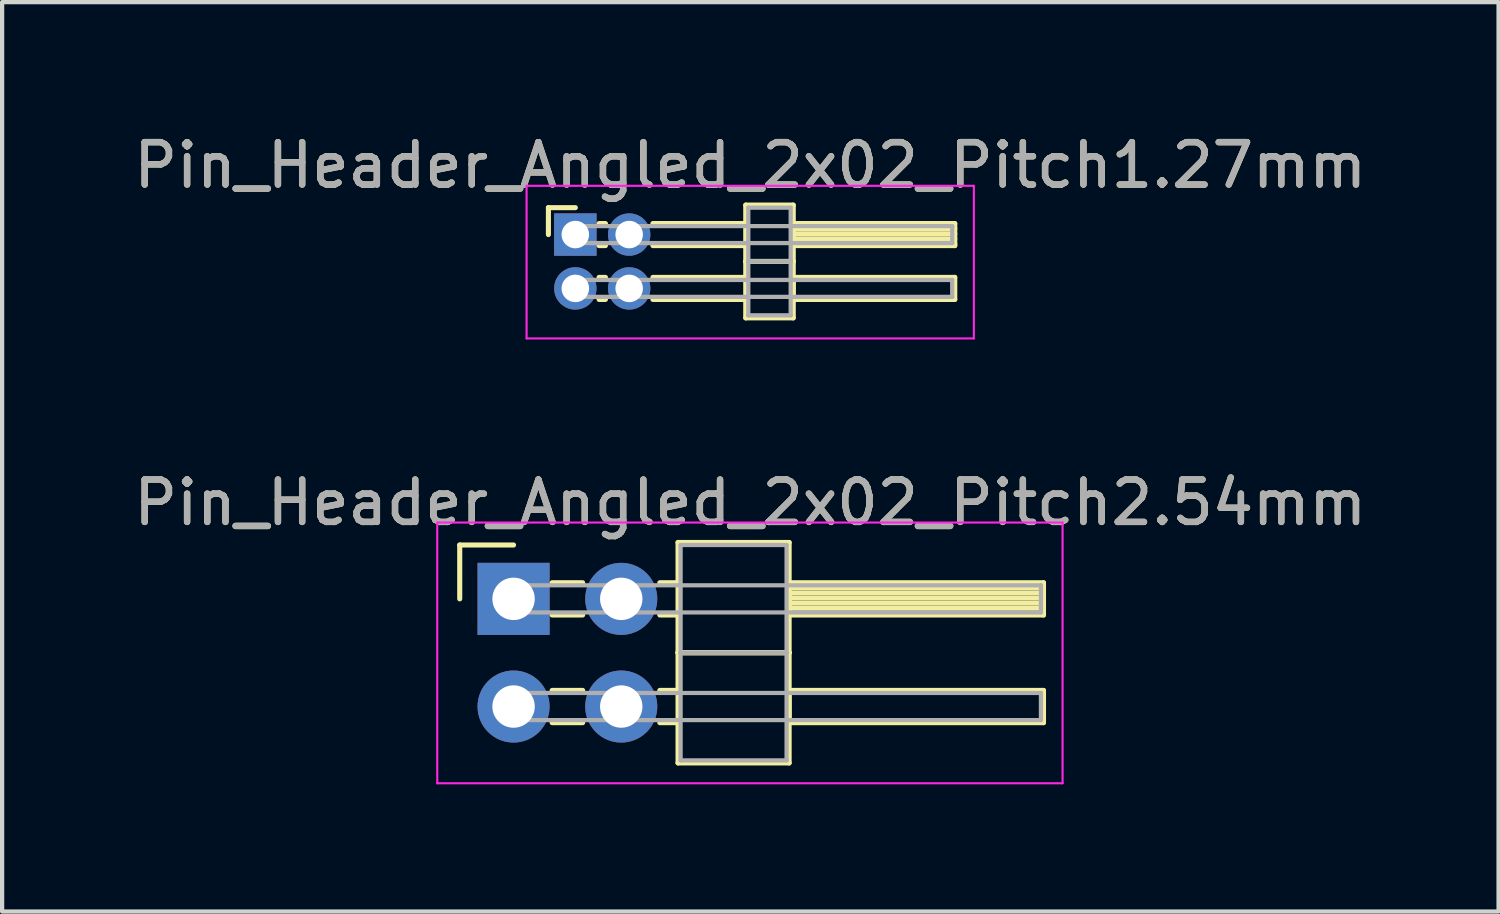
<source format=kicad_pcb>
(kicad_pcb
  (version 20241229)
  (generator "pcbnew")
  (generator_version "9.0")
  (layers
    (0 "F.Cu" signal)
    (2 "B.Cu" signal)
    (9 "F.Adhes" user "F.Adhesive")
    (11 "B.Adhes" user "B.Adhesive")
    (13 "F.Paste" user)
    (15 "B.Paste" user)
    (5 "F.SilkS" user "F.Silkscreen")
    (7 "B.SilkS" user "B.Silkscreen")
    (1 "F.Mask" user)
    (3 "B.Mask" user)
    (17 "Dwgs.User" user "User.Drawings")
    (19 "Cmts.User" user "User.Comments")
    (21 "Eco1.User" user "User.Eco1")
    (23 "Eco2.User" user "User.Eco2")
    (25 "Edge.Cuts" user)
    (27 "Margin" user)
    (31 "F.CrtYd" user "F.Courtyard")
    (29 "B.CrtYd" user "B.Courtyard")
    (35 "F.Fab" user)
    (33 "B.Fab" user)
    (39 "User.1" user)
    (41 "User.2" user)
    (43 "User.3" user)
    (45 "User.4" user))
  (footprint "Pin_Header_Angled_2x02_Pitch2.54mm"
    (layer "F.Cu")
    (at 9.064 11.076)
    (property "Reference" "Pin_Header_Angled_2x02_Pitch2.54mm" (at 5.585 -2.27 0) (layer "F.SilkS") (effects (font (size 1 1) (thickness 0.15))))
    (attr through_hole)
    (fp_line (start -1.27 -1.27) (end 0 -1.27) (stroke (width 0.12) (type solid)) (layer "F.SilkS"))
    (fp_line (start -1.27 0) (end -1.27 -1.27) (stroke (width 0.12) (type solid)) (layer "F.SilkS"))
    (fp_line (start 0.91 -0.38) (end 1.63 -0.38) (stroke (width 0.12) (type solid)) (layer "F.SilkS"))
    (fp_line (start 0.91 0.38) (end 1.63 0.38) (stroke (width 0.12) (type solid)) (layer "F.SilkS"))
    (fp_line (start 0.91 2.16) (end 1.63 2.16) (stroke (width 0.12) (type solid)) (layer "F.SilkS"))
    (fp_line (start 0.91 2.92) (end 1.63 2.92) (stroke (width 0.12) (type solid)) (layer "F.SilkS"))
    (fp_line (start 3.45 -0.38) (end 3.88 -0.38) (stroke (width 0.12) (type solid)) (layer "F.SilkS"))
    (fp_line (start 3.45 0.38) (end 3.88 0.38) (stroke (width 0.12) (type solid)) (layer "F.SilkS"))
    (fp_line (start 3.45 2.16) (end 3.88 2.16) (stroke (width 0.12) (type solid)) (layer "F.SilkS"))
    (fp_line (start 3.45 2.92) (end 3.88 2.92) (stroke (width 0.12) (type solid)) (layer "F.SilkS"))
    (fp_line (start 3.88 -1.33) (end 3.88 1.27) (stroke (width 0.12) (type solid)) (layer "F.SilkS"))
    (fp_line (start 3.88 1.27) (end 3.88 3.87) (stroke (width 0.12) (type solid)) (layer "F.SilkS"))
    (fp_line (start 3.88 1.27) (end 6.5 1.27) (stroke (width 0.12) (type solid)) (layer "F.SilkS"))
    (fp_line (start 3.88 3.87) (end 6.5 3.87) (stroke (width 0.12) (type solid)) (layer "F.SilkS"))
    (fp_line (start 6.5 -1.33) (end 3.88 -1.33) (stroke (width 0.12) (type solid)) (layer "F.SilkS"))
    (fp_line (start 6.5 -0.38) (end 6.5 0.38) (stroke (width 0.12) (type solid)) (layer "F.SilkS"))
    (fp_line (start 6.5 -0.26) (end 12.5 -0.26) (stroke (width 0.12) (type solid)) (layer "F.SilkS"))
    (fp_line (start 6.5 -0.14) (end 12.5 -0.14) (stroke (width 0.12) (type solid)) (layer "F.SilkS"))
    (fp_line (start 6.5 -0.02) (end 12.5 -0.02) (stroke (width 0.12) (type solid)) (layer "F.SilkS"))
    (fp_line (start 6.5 0.1) (end 12.5 0.1) (stroke (width 0.12) (type solid)) (layer "F.SilkS"))
    (fp_line (start 6.5 0.22) (end 12.5 0.22) (stroke (width 0.12) (type solid)) (layer "F.SilkS"))
    (fp_line (start 6.5 0.34) (end 12.5 0.34) (stroke (width 0.12) (type solid)) (layer "F.SilkS"))
    (fp_line (start 6.5 0.38) (end 12.5 0.38) (stroke (width 0.12) (type solid)) (layer "F.SilkS"))
    (fp_line (start 6.5 1.27) (end 3.88 1.27) (stroke (width 0.12) (type solid)) (layer "F.SilkS"))
    (fp_line (start 6.5 1.27) (end 6.5 -1.33) (stroke (width 0.12) (type solid)) (layer "F.SilkS"))
    (fp_line (start 6.5 2.16) (end 6.5 2.92) (stroke (width 0.12) (type solid)) (layer "F.SilkS"))
    (fp_line (start 6.5 2.92) (end 12.5 2.92) (stroke (width 0.12) (type solid)) (layer "F.SilkS"))
    (fp_line (start 6.5 3.87) (end 6.5 1.27) (stroke (width 0.12) (type solid)) (layer "F.SilkS"))
    (fp_line (start 12.5 -0.38) (end 6.5 -0.38) (stroke (width 0.12) (type solid)) (layer "F.SilkS"))
    (fp_line (start 12.5 0.38) (end 12.5 -0.38) (stroke (width 0.12) (type solid)) (layer "F.SilkS"))
    (fp_line (start 12.5 2.16) (end 6.5 2.16) (stroke (width 0.12) (type solid)) (layer "F.SilkS"))
    (fp_line (start 12.5 2.92) (end 12.5 2.16) (stroke (width 0.12) (type solid)) (layer "F.SilkS"))
    (fp_line (start -1.8 -1.8) (end -1.8 4.35) (stroke (width 0.05) (type solid)) (layer "F.CrtYd"))
    (fp_line (start -1.8 4.35) (end 12.95 4.35) (stroke (width 0.05) (type solid)) (layer "F.CrtYd"))
    (fp_line (start 12.95 -1.8) (end -1.8 -1.8) (stroke (width 0.05) (type solid)) (layer "F.CrtYd"))
    (fp_line (start 12.95 4.35) (end 12.95 -1.8) (stroke (width 0.05) (type solid)) (layer "F.CrtYd"))
    (fp_line (start 0 -0.32) (end 0 0.32) (stroke (width 0.1) (type solid)) (layer "F.Fab"))
    (fp_line (start 0 0.32) (end 12.44 0.32) (stroke (width 0.1) (type solid)) (layer "F.Fab"))
    (fp_line (start 0 2.22) (end 0 2.86) (stroke (width 0.1) (type solid)) (layer "F.Fab"))
    (fp_line (start 0 2.86) (end 12.44 2.86) (stroke (width 0.1) (type solid)) (layer "F.Fab"))
    (fp_line (start 3.94 -1.27) (end 3.94 1.27) (stroke (width 0.1) (type solid)) (layer "F.Fab"))
    (fp_line (start 3.94 1.27) (end 3.94 3.81) (stroke (width 0.1) (type solid)) (layer "F.Fab"))
    (fp_line (start 3.94 1.27) (end 6.44 1.27) (stroke (width 0.1) (type solid)) (layer "F.Fab"))
    (fp_line (start 3.94 3.81) (end 6.44 3.81) (stroke (width 0.1) (type solid)) (layer "F.Fab"))
    (fp_line (start 6.44 -1.27) (end 3.94 -1.27) (stroke (width 0.1) (type solid)) (layer "F.Fab"))
    (fp_line (start 6.44 1.27) (end 3.94 1.27) (stroke (width 0.1) (type solid)) (layer "F.Fab"))
    (fp_line (start 6.44 1.27) (end 6.44 -1.27) (stroke (width 0.1) (type solid)) (layer "F.Fab"))
    (fp_line (start 6.44 3.81) (end 6.44 1.27) (stroke (width 0.1) (type solid)) (layer "F.Fab"))
    (fp_line (start 12.44 -0.32) (end 0 -0.32) (stroke (width 0.1) (type solid)) (layer "F.Fab"))
    (fp_line (start 12.44 0.32) (end 12.44 -0.32) (stroke (width 0.1) (type solid)) (layer "F.Fab"))
    (fp_line (start 12.44 2.22) (end 0 2.22) (stroke (width 0.1) (type solid)) (layer "F.Fab"))
    (fp_line (start 12.44 2.86) (end 12.44 2.22) (stroke (width 0.1) (type solid)) (layer "F.Fab"))
    (fp_text user "${REFERENCE}" (at 5.585 -2.27 0) (layer "F.Fab") (effects (font (size 1 1) (thickness 0.15))))
    (pad "1" thru_hole rect (at 0 0) (size 1.7 1.7) (drill 1) (layers "*.Cu" "*.Mask"))
    (pad "2" thru_hole oval (at 2.54 0) (size 1.7 1.7) (drill 1) (layers "*.Cu" "*.Mask"))
    (pad "3" thru_hole oval (at 0 2.54) (size 1.7 1.7) (drill 1) (layers "*.Cu" "*.Mask"))
    (pad "4" thru_hole oval (at 2.54 2.54) (size 1.7 1.7) (drill 1) (layers "*.Cu" "*.Mask")))
  (footprint "Pin_Header_Angled_2x02_Pitch1.27mm"
    (layer "F.Cu")
    (at 10.521 2.483)
    (property "Reference" "Pin_Header_Angled_2x02_Pitch1.27mm" (at 4.128 -1.635 0) (layer "F.SilkS") (effects (font (size 1 1) (thickness 0.15))))
    (attr through_hole)
    (fp_line (start -0.635 -0.635) (end 0 -0.635) (stroke (width 0.12) (type solid)) (layer "F.SilkS"))
    (fp_line (start -0.635 0) (end -0.635 -0.635) (stroke (width 0.12) (type solid)) (layer "F.SilkS"))
    (fp_line (start 0.56 -0.26) (end 0.71 -0.26) (stroke (width 0.12) (type solid)) (layer "F.SilkS"))
    (fp_line (start 0.56 0.26) (end 0.71 0.26) (stroke (width 0.12) (type solid)) (layer "F.SilkS"))
    (fp_line (start 0.56 1.01) (end 0.71 1.01) (stroke (width 0.12) (type solid)) (layer "F.SilkS"))
    (fp_line (start 0.56 1.53) (end 0.71 1.53) (stroke (width 0.12) (type solid)) (layer "F.SilkS"))
    (fp_line (start 1.83 -0.26) (end 4.02 -0.26) (stroke (width 0.12) (type solid)) (layer "F.SilkS"))
    (fp_line (start 1.83 0.26) (end 4.02 0.26) (stroke (width 0.12) (type solid)) (layer "F.SilkS"))
    (fp_line (start 1.83 1.01) (end 4.02 1.01) (stroke (width 0.12) (type solid)) (layer "F.SilkS"))
    (fp_line (start 1.83 1.53) (end 4.02 1.53) (stroke (width 0.12) (type solid)) (layer "F.SilkS"))
    (fp_line (start 4.02 -0.695) (end 4.02 0.635) (stroke (width 0.12) (type solid)) (layer "F.SilkS"))
    (fp_line (start 4.02 0.635) (end 4.02 1.965) (stroke (width 0.12) (type solid)) (layer "F.SilkS"))
    (fp_line (start 4.02 0.635) (end 5.14 0.635) (stroke (width 0.12) (type solid)) (layer "F.SilkS"))
    (fp_line (start 4.02 1.965) (end 5.14 1.965) (stroke (width 0.12) (type solid)) (layer "F.SilkS"))
    (fp_line (start 5.14 -0.695) (end 4.02 -0.695) (stroke (width 0.12) (type solid)) (layer "F.SilkS"))
    (fp_line (start 5.14 -0.26) (end 5.14 0.26) (stroke (width 0.12) (type solid)) (layer "F.SilkS"))
    (fp_line (start 5.14 -0.14) (end 8.95 -0.14) (stroke (width 0.12) (type solid)) (layer "F.SilkS"))
    (fp_line (start 5.14 -0.02) (end 8.95 -0.02) (stroke (width 0.12) (type solid)) (layer "F.SilkS"))
    (fp_line (start 5.14 0.1) (end 8.95 0.1) (stroke (width 0.12) (type solid)) (layer "F.SilkS"))
    (fp_line (start 5.14 0.22) (end 8.95 0.22) (stroke (width 0.12) (type solid)) (layer "F.SilkS"))
    (fp_line (start 5.14 0.26) (end 8.95 0.26) (stroke (width 0.12) (type solid)) (layer "F.SilkS"))
    (fp_line (start 5.14 0.635) (end 4.02 0.635) (stroke (width 0.12) (type solid)) (layer "F.SilkS"))
    (fp_line (start 5.14 0.635) (end 5.14 -0.695) (stroke (width 0.12) (type solid)) (layer "F.SilkS"))
    (fp_line (start 5.14 1.01) (end 5.14 1.53) (stroke (width 0.12) (type solid)) (layer "F.SilkS"))
    (fp_line (start 5.14 1.53) (end 8.95 1.53) (stroke (width 0.12) (type solid)) (layer "F.SilkS"))
    (fp_line (start 5.14 1.965) (end 5.14 0.635) (stroke (width 0.12) (type solid)) (layer "F.SilkS"))
    (fp_line (start 8.95 -0.26) (end 5.14 -0.26) (stroke (width 0.12) (type solid)) (layer "F.SilkS"))
    (fp_line (start 8.95 0.26) (end 8.95 -0.26) (stroke (width 0.12) (type solid)) (layer "F.SilkS"))
    (fp_line (start 8.95 1.01) (end 5.14 1.01) (stroke (width 0.12) (type solid)) (layer "F.SilkS"))
    (fp_line (start 8.95 1.53) (end 8.95 1.01) (stroke (width 0.12) (type solid)) (layer "F.SilkS"))
    (fp_line (start -1.15 -1.15) (end -1.15 2.45) (stroke (width 0.05) (type solid)) (layer "F.CrtYd"))
    (fp_line (start -1.15 2.45) (end 9.4 2.45) (stroke (width 0.05) (type solid)) (layer "F.CrtYd"))
    (fp_line (start 9.4 -1.15) (end -1.15 -1.15) (stroke (width 0.05) (type solid)) (layer "F.CrtYd"))
    (fp_line (start 9.4 2.45) (end 9.4 -1.15) (stroke (width 0.05) (type solid)) (layer "F.CrtYd"))
    (fp_line (start 0 -0.2) (end 0 0.2) (stroke (width 0.1) (type solid)) (layer "F.Fab"))
    (fp_line (start 0 0.2) (end 8.89 0.2) (stroke (width 0.1) (type solid)) (layer "F.Fab"))
    (fp_line (start 0 1.07) (end 0 1.47) (stroke (width 0.1) (type solid)) (layer "F.Fab"))
    (fp_line (start 0 1.47) (end 8.89 1.47) (stroke (width 0.1) (type solid)) (layer "F.Fab"))
    (fp_line (start 4.08 -0.635) (end 4.08 0.635) (stroke (width 0.1) (type solid)) (layer "F.Fab"))
    (fp_line (start 4.08 0.635) (end 4.08 1.905) (stroke (width 0.1) (type solid)) (layer "F.Fab"))
    (fp_line (start 4.08 0.635) (end 5.08 0.635) (stroke (width 0.1) (type solid)) (layer "F.Fab"))
    (fp_line (start 4.08 1.905) (end 5.08 1.905) (stroke (width 0.1) (type solid)) (layer "F.Fab"))
    (fp_line (start 5.08 -0.635) (end 4.08 -0.635) (stroke (width 0.1) (type solid)) (layer "F.Fab"))
    (fp_line (start 5.08 0.635) (end 4.08 0.635) (stroke (width 0.1) (type solid)) (layer "F.Fab"))
    (fp_line (start 5.08 0.635) (end 5.08 -0.635) (stroke (width 0.1) (type solid)) (layer "F.Fab"))
    (fp_line (start 5.08 1.905) (end 5.08 0.635) (stroke (width 0.1) (type solid)) (layer "F.Fab"))
    (fp_line (start 8.89 -0.2) (end 0 -0.2) (stroke (width 0.1) (type solid)) (layer "F.Fab"))
    (fp_line (start 8.89 0.2) (end 8.89 -0.2) (stroke (width 0.1) (type solid)) (layer "F.Fab"))
    (fp_line (start 8.89 1.07) (end 0 1.07) (stroke (width 0.1) (type solid)) (layer "F.Fab"))
    (fp_line (start 8.89 1.47) (end 8.89 1.07) (stroke (width 0.1) (type solid)) (layer "F.Fab"))
    (fp_text user "${REFERENCE}" (at 4.128 -1.635 0) (layer "F.Fab") (effects (font (size 1 1) (thickness 0.15))))
    (pad "1" thru_hole rect (at 0 0) (size 1 1) (drill 0.65) (layers "*.Cu" "*.Mask"))
    (pad "2" thru_hole oval (at 1.27 0) (size 1 1) (drill 0.65) (layers "*.Cu" "*.Mask"))
    (pad "3" thru_hole oval (at 0 1.27) (size 1 1) (drill 0.65) (layers "*.Cu" "*.Mask"))
    (pad "4" thru_hole oval (at 1.27 1.27) (size 1 1) (drill 0.65) (layers "*.Cu" "*.Mask")))
  (gr_rect
    (start -3 -3)
    (end 32.298 18.451)
    (stroke (width 0.1) (type default))
    (fill no)
    (layer "Edge.Cuts")))
</source>
